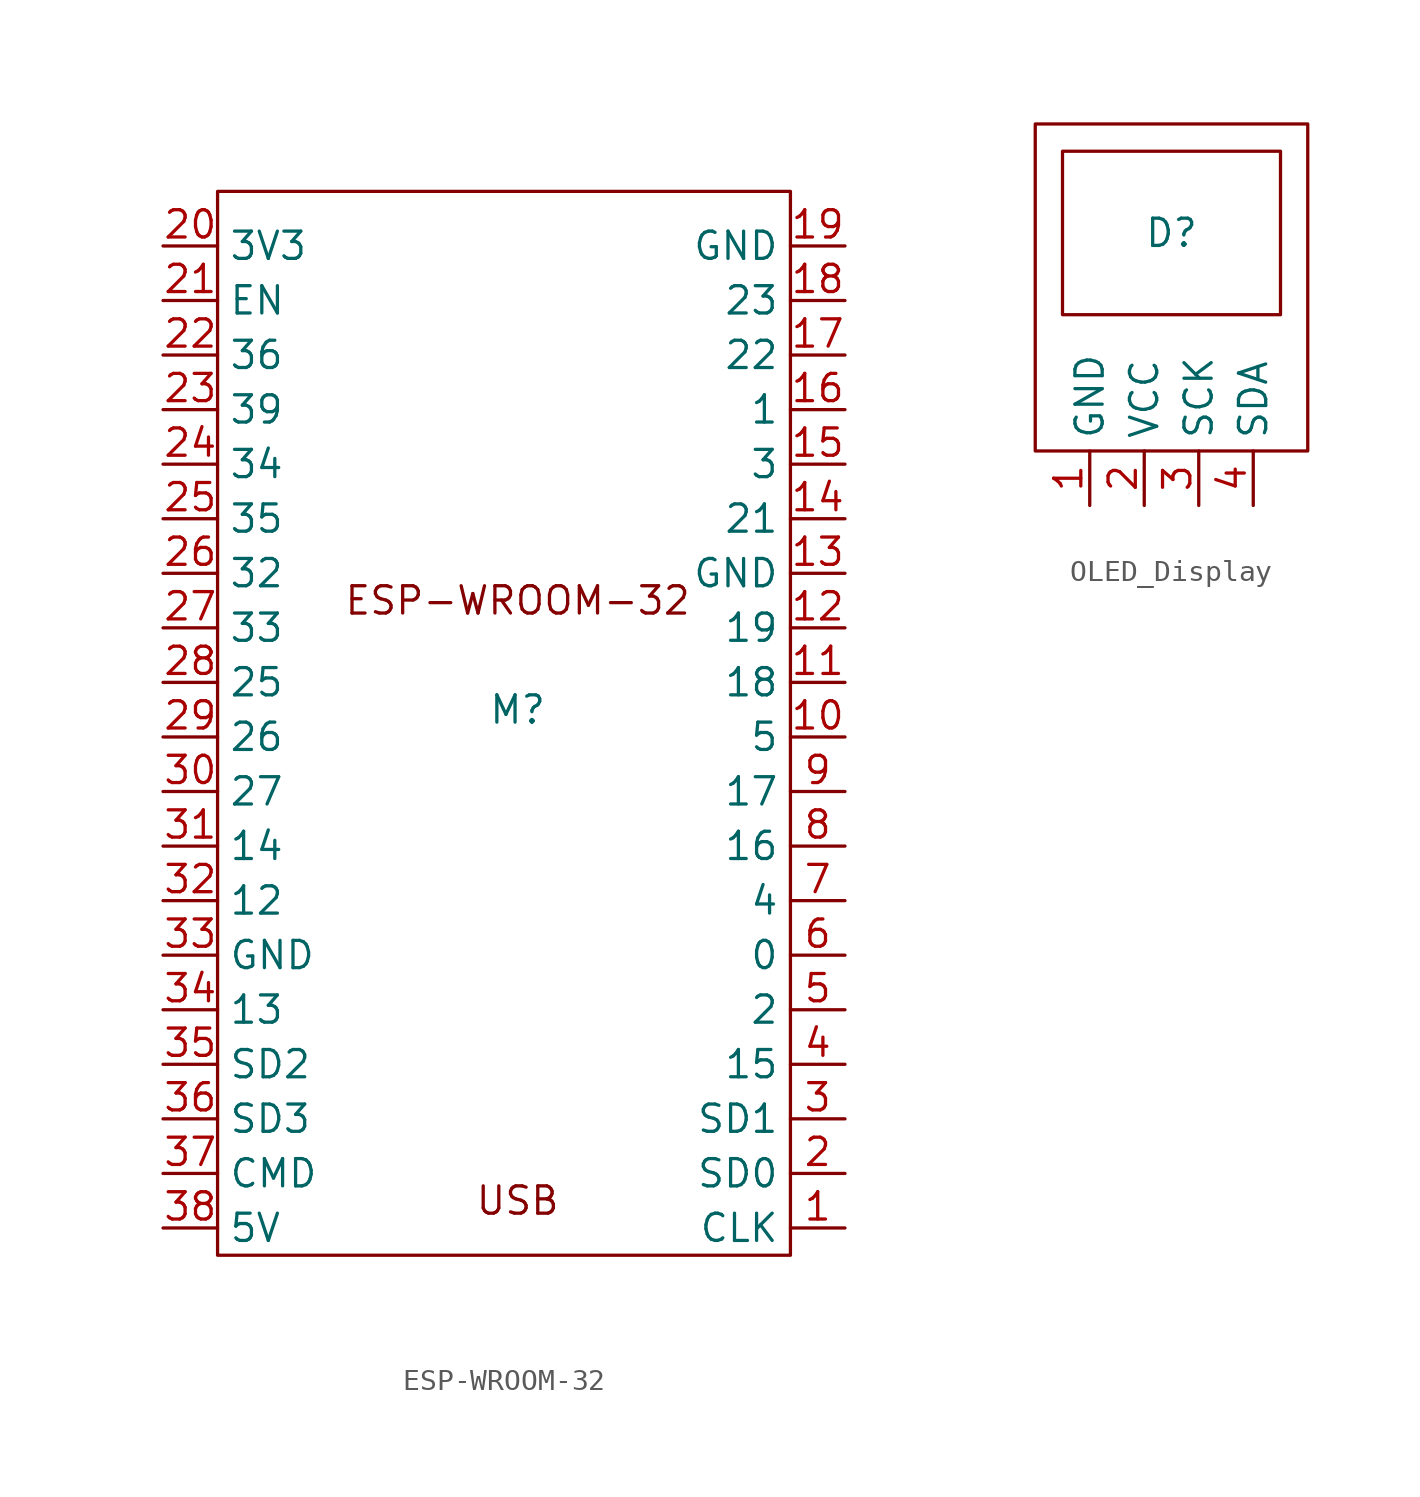
<source format=kicad_sym>
(kicad_symbol_lib
  (version 20231120)
  (generator "kicad_symbol_editor")
  (generator_version "8.0")
  (symbol "ESP-WROOM-32"
    (property "Reference" "M"
      (at 0 0 0)
      (effects (font (size 1.27 1.27))))
    (property "Value" ""
      (at 15.24 15.24 0)
      (effects (font (size 1.27 1.27))))
    (symbol "ESP-WROOM-32_0_1"
      (rectangle (start -13.97 24.13) (end 12.7 -25.4) (stroke (width 0) (type default)) (fill (type none))))
    (symbol "ESP-WROOM-32_1_1"
      (text "ESP-WROOM-32" (at 0 5.08 0) (effects (font (size 1.27 1.27))))
      (text "USB" (at 0 -22.86 0) (effects (font (size 1.27 1.27))))
      (pin bidirectional line (at 15.24 -24.13 180) (length 2.54) (name "CLK" (effects (font (size 1.27 1.27)))) (number "1" (effects (font (size 1.27 1.27)))))
      (pin bidirectional line (at 15.24 -1.27 180) (length 2.54) (name "5" (effects (font (size 1.27 1.27)))) (number "10" (effects (font (size 1.27 1.27)))))
      (pin bidirectional line (at 15.24 1.27 180) (length 2.54) (name "18" (effects (font (size 1.27 1.27)))) (number "11" (effects (font (size 1.27 1.27)))))
      (pin bidirectional line (at 15.24 3.81 180) (length 2.54) (name "19" (effects (font (size 1.27 1.27)))) (number "12" (effects (font (size 1.27 1.27)))))
      (pin bidirectional line (at 15.24 6.35 180) (length 2.54) (name "GND" (effects (font (size 1.27 1.27)))) (number "13" (effects (font (size 1.27 1.27)))))
      (pin bidirectional line (at 15.24 8.89 180) (length 2.54) (name "21" (effects (font (size 1.27 1.27)))) (number "14" (effects (font (size 1.27 1.27)))))
      (pin bidirectional line (at 15.24 11.43 180) (length 2.54) (name "3" (effects (font (size 1.27 1.27)))) (number "15" (effects (font (size 1.27 1.27)))))
      (pin bidirectional line (at 15.24 13.97 180) (length 2.54) (name "1" (effects (font (size 1.27 1.27)))) (number "16" (effects (font (size 1.27 1.27)))))
      (pin bidirectional line (at 15.24 16.51 180) (length 2.54) (name "22" (effects (font (size 1.27 1.27)))) (number "17" (effects (font (size 1.27 1.27)))))
      (pin bidirectional line (at 15.24 19.05 180) (length 2.54) (name "23" (effects (font (size 1.27 1.27)))) (number "18" (effects (font (size 1.27 1.27)))))
      (pin bidirectional line (at 15.24 21.59 180) (length 2.54) (name "GND" (effects (font (size 1.27 1.27)))) (number "19" (effects (font (size 1.27 1.27)))))
      (pin bidirectional line (at 15.24 -21.59 180) (length 2.54) (name "SD0" (effects (font (size 1.27 1.27)))) (number "2" (effects (font (size 1.27 1.27)))))
      (pin bidirectional line (at -16.51 21.59 0) (length 2.54) (name "3V3" (effects (font (size 1.27 1.27)))) (number "20" (effects (font (size 1.27 1.27)))))
      (pin input line (at -16.51 19.05 0) (length 2.54) (name "EN" (effects (font (size 1.27 1.27)))) (number "21" (effects (font (size 1.27 1.27)))))
      (pin input line (at -16.51 16.51 0) (length 2.54) (name "36" (effects (font (size 1.27 1.27)))) (number "22" (effects (font (size 1.27 1.27)))))
      (pin input line (at -16.51 13.97 0) (length 2.54) (name "39" (effects (font (size 1.27 1.27)))) (number "23" (effects (font (size 1.27 1.27)))))
      (pin input line (at -16.51 11.43 0) (length 2.54) (name "34" (effects (font (size 1.27 1.27)))) (number "24" (effects (font (size 1.27 1.27)))))
      (pin input line (at -16.51 8.89 0) (length 2.54) (name "35" (effects (font (size 1.27 1.27)))) (number "25" (effects (font (size 1.27 1.27)))))
      (pin bidirectional line (at -16.51 6.35 0) (length 2.54) (name "32" (effects (font (size 1.27 1.27)))) (number "26" (effects (font (size 1.27 1.27)))))
      (pin bidirectional line (at -16.51 3.81 0) (length 2.54) (name "33" (effects (font (size 1.27 1.27)))) (number "27" (effects (font (size 1.27 1.27)))))
      (pin bidirectional line (at -16.51 1.27 0) (length 2.54) (name "25" (effects (font (size 1.27 1.27)))) (number "28" (effects (font (size 1.27 1.27)))))
      (pin bidirectional line (at -16.51 -1.27 0) (length 2.54) (name "26" (effects (font (size 1.27 1.27)))) (number "29" (effects (font (size 1.27 1.27)))))
      (pin bidirectional line (at 15.24 -19.05 180) (length 2.54) (name "SD1" (effects (font (size 1.27 1.27)))) (number "3" (effects (font (size 1.27 1.27)))))
      (pin bidirectional line (at -16.51 -3.81 0) (length 2.54) (name "27" (effects (font (size 1.27 1.27)))) (number "30" (effects (font (size 1.27 1.27)))))
      (pin bidirectional line (at -16.51 -6.35 0) (length 2.54) (name "14" (effects (font (size 1.27 1.27)))) (number "31" (effects (font (size 1.27 1.27)))))
      (pin bidirectional line (at -16.51 -8.89 0) (length 2.54) (name "12" (effects (font (size 1.27 1.27)))) (number "32" (effects (font (size 1.27 1.27)))))
      (pin bidirectional line (at -16.51 -11.43 0) (length 2.54) (name "GND" (effects (font (size 1.27 1.27)))) (number "33" (effects (font (size 1.27 1.27)))))
      (pin bidirectional line (at -16.51 -13.97 0) (length 2.54) (name "13" (effects (font (size 1.27 1.27)))) (number "34" (effects (font (size 1.27 1.27)))))
      (pin bidirectional line (at -16.51 -16.51 0) (length 2.54) (name "SD2" (effects (font (size 1.27 1.27)))) (number "35" (effects (font (size 1.27 1.27)))))
      (pin bidirectional line (at -16.51 -19.05 0) (length 2.54) (name "SD3" (effects (font (size 1.27 1.27)))) (number "36" (effects (font (size 1.27 1.27)))))
      (pin bidirectional line (at -16.51 -21.59 0) (length 2.54) (name "CMD" (effects (font (size 1.27 1.27)))) (number "37" (effects (font (size 1.27 1.27)))))
      (pin bidirectional line (at -16.51 -24.13 0) (length 2.54) (name "5V" (effects (font (size 1.27 1.27)))) (number "38" (effects (font (size 1.27 1.27)))))
      (pin bidirectional line (at 15.24 -16.51 180) (length 2.54) (name "15" (effects (font (size 1.27 1.27)))) (number "4" (effects (font (size 1.27 1.27)))))
      (pin bidirectional line (at 15.24 -13.97 180) (length 2.54) (name "2" (effects (font (size 1.27 1.27)))) (number "5" (effects (font (size 1.27 1.27)))))
      (pin bidirectional line (at 15.24 -11.43 180) (length 2.54) (name "0" (effects (font (size 1.27 1.27)))) (number "6" (effects (font (size 1.27 1.27)))))
      (pin bidirectional line (at 15.24 -8.89 180) (length 2.54) (name "4" (effects (font (size 1.27 1.27)))) (number "7" (effects (font (size 1.27 1.27)))))
      (pin bidirectional line (at 15.24 -6.35 180) (length 2.54) (name "16" (effects (font (size 1.27 1.27)))) (number "8" (effects (font (size 1.27 1.27)))))
      (pin bidirectional line (at 15.24 -3.81 180) (length 2.54) (name "17" (effects (font (size 1.27 1.27)))) (number "9" (effects (font (size 1.27 1.27)))))))
  (symbol "OLED_Display"
    (property "Reference" "D"
      (at 0 2.54 0)
      (effects (font (size 1.27 1.27))))
    (property "Value" ""
      (at 1.27 -2.54 0)
      (effects (font (size 1.27 1.27))))
    (symbol "OLED_Display_0_1"
      (rectangle (start -6.35 7.62) (end 6.35 -7.62) (stroke (width 0) (type default)) (fill (type none)))
      (rectangle (start -5.08 6.35) (end 5.08 -1.27) (stroke (width 0) (type default)) (fill (type none))))
    (symbol "OLED_Display_1_1"
      (pin input line (at -3.81 -10.16 90) (length 2.54) (name "GND" (effects (font (size 1.27 1.27)))) (number "1" (effects (font (size 1.27 1.27)))))
      (pin input line (at -1.27 -10.16 90) (length 2.54) (name "VCC" (effects (font (size 1.27 1.27)))) (number "2" (effects (font (size 1.27 1.27)))))
      (pin input line (at 1.27 -10.16 90) (length 2.54) (name "SCK" (effects (font (size 1.27 1.27)))) (number "3" (effects (font (size 1.27 1.27)))))
      (pin input line (at 3.81 -10.16 90) (length 2.54) (name "SDA" (effects (font (size 1.27 1.27)))) (number "4" (effects (font (size 1.27 1.27))))))))
</source>
